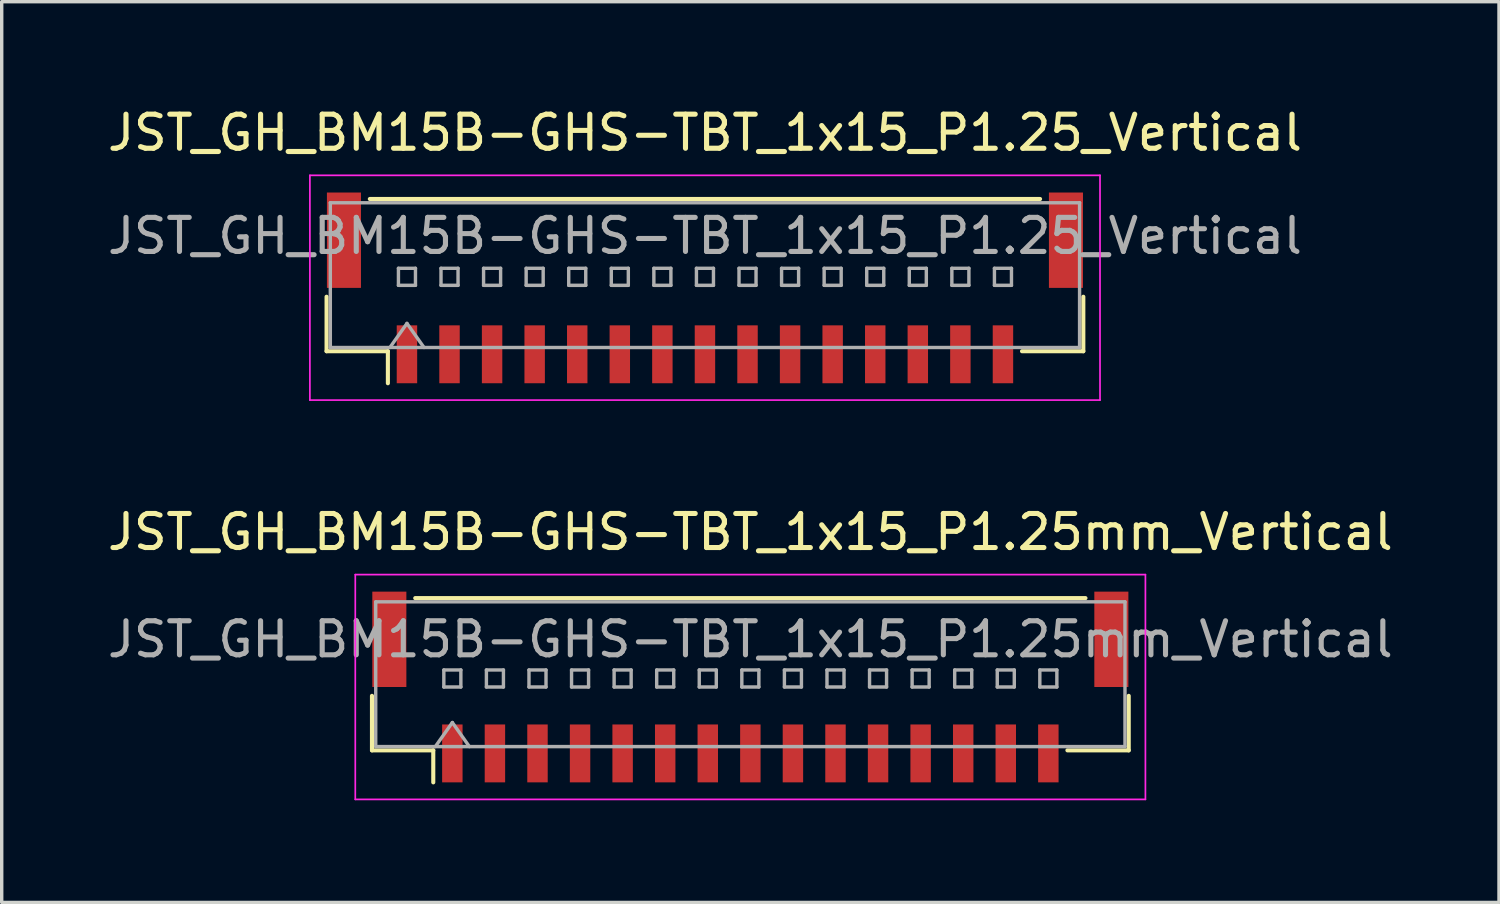
<source format=kicad_pcb>
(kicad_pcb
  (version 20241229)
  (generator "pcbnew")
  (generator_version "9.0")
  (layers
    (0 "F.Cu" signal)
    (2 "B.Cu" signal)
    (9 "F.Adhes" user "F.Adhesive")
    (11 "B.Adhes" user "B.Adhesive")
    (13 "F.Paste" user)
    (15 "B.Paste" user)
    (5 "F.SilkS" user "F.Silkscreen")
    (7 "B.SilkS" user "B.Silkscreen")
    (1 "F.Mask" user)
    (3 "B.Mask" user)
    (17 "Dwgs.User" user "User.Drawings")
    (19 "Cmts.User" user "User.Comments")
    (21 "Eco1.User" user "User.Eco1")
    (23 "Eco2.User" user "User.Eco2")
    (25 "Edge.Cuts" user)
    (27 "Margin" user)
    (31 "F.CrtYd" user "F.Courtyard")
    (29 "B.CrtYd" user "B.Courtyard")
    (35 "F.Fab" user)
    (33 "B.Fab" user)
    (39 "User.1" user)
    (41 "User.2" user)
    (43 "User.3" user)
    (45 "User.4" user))
  (footprint "JST_GH_BM15B-GHS-TBT_1x15_P1.25_Vertical"
    (layer "F.Cu")
    (at 17.649 5.678)
    (property "Reference" "JST_GH_BM15B-GHS-TBT_1x15_P1.25_Vertical" (at 0 -4.83 0) (layer "F.SilkS") (effects (font (size 1 1) (thickness 0.15))))
    (attr smd)
    (fp_line (start -11.11 -0.015) (end -11.11 1.585) (stroke (width 0.12) (type solid)) (layer "F.SilkS"))
    (fp_line (start -11.11 1.585) (end -9.31 1.585) (stroke (width 0.12) (type solid)) (layer "F.SilkS"))
    (fp_line (start -9.84 -2.885) (end 9.84 -2.885) (stroke (width 0.12) (type solid)) (layer "F.SilkS"))
    (fp_line (start -9.31 1.585) (end -9.31 2.525) (stroke (width 0.12) (type solid)) (layer "F.SilkS"))
    (fp_line (start 11.11 -0.015) (end 11.11 1.585) (stroke (width 0.12) (type solid)) (layer "F.SilkS"))
    (fp_line (start 11.11 1.585) (end 9.31 1.585) (stroke (width 0.12) (type solid)) (layer "F.SilkS"))
    (fp_line (start -11.6 -3.58) (end -11.6 3.02) (stroke (width 0.05) (type solid)) (layer "F.CrtYd"))
    (fp_line (start -11.6 3.02) (end 11.6 3.02) (stroke (width 0.05) (type solid)) (layer "F.CrtYd"))
    (fp_line (start 11.6 -3.58) (end -11.6 -3.58) (stroke (width 0.05) (type solid)) (layer "F.CrtYd"))
    (fp_line (start 11.6 3.02) (end 11.6 -3.58) (stroke (width 0.05) (type solid)) (layer "F.CrtYd"))
    (fp_line (start -11 -2.775) (end -11 1.475) (stroke (width 0.1) (type solid)) (layer "F.Fab"))
    (fp_line (start -11 1.475) (end 11 1.475) (stroke (width 0.1) (type solid)) (layer "F.Fab"))
    (fp_line (start -9.25 1.475) (end -8.75 0.768) (stroke (width 0.1) (type solid)) (layer "F.Fab"))
    (fp_line (start -9 -0.85) (end -9 -0.35) (stroke (width 0.1) (type solid)) (layer "F.Fab"))
    (fp_line (start -9 -0.35) (end -8.5 -0.35) (stroke (width 0.1) (type solid)) (layer "F.Fab"))
    (fp_line (start -8.75 0.768) (end -8.25 1.475) (stroke (width 0.1) (type solid)) (layer "F.Fab"))
    (fp_line (start -8.5 -0.85) (end -9 -0.85) (stroke (width 0.1) (type solid)) (layer "F.Fab"))
    (fp_line (start -8.5 -0.35) (end -8.5 -0.85) (stroke (width 0.1) (type solid)) (layer "F.Fab"))
    (fp_line (start -7.75 -0.85) (end -7.75 -0.35) (stroke (width 0.1) (type solid)) (layer "F.Fab"))
    (fp_line (start -7.75 -0.35) (end -7.25 -0.35) (stroke (width 0.1) (type solid)) (layer "F.Fab"))
    (fp_line (start -7.25 -0.85) (end -7.75 -0.85) (stroke (width 0.1) (type solid)) (layer "F.Fab"))
    (fp_line (start -7.25 -0.35) (end -7.25 -0.85) (stroke (width 0.1) (type solid)) (layer "F.Fab"))
    (fp_line (start -6.5 -0.85) (end -6.5 -0.35) (stroke (width 0.1) (type solid)) (layer "F.Fab"))
    (fp_line (start -6.5 -0.35) (end -6 -0.35) (stroke (width 0.1) (type solid)) (layer "F.Fab"))
    (fp_line (start -6 -0.85) (end -6.5 -0.85) (stroke (width 0.1) (type solid)) (layer "F.Fab"))
    (fp_line (start -6 -0.35) (end -6 -0.85) (stroke (width 0.1) (type solid)) (layer "F.Fab"))
    (fp_line (start -5.25 -0.85) (end -5.25 -0.35) (stroke (width 0.1) (type solid)) (layer "F.Fab"))
    (fp_line (start -5.25 -0.35) (end -4.75 -0.35) (stroke (width 0.1) (type solid)) (layer "F.Fab"))
    (fp_line (start -4.75 -0.85) (end -5.25 -0.85) (stroke (width 0.1) (type solid)) (layer "F.Fab"))
    (fp_line (start -4.75 -0.35) (end -4.75 -0.85) (stroke (width 0.1) (type solid)) (layer "F.Fab"))
    (fp_line (start -4 -0.85) (end -4 -0.35) (stroke (width 0.1) (type solid)) (layer "F.Fab"))
    (fp_line (start -4 -0.35) (end -3.5 -0.35) (stroke (width 0.1) (type solid)) (layer "F.Fab"))
    (fp_line (start -3.5 -0.85) (end -4 -0.85) (stroke (width 0.1) (type solid)) (layer "F.Fab"))
    (fp_line (start -3.5 -0.35) (end -3.5 -0.85) (stroke (width 0.1) (type solid)) (layer "F.Fab"))
    (fp_line (start -2.75 -0.85) (end -2.75 -0.35) (stroke (width 0.1) (type solid)) (layer "F.Fab"))
    (fp_line (start -2.75 -0.35) (end -2.25 -0.35) (stroke (width 0.1) (type solid)) (layer "F.Fab"))
    (fp_line (start -2.25 -0.85) (end -2.75 -0.85) (stroke (width 0.1) (type solid)) (layer "F.Fab"))
    (fp_line (start -2.25 -0.35) (end -2.25 -0.85) (stroke (width 0.1) (type solid)) (layer "F.Fab"))
    (fp_line (start -1.5 -0.85) (end -1.5 -0.35) (stroke (width 0.1) (type solid)) (layer "F.Fab"))
    (fp_line (start -1.5 -0.35) (end -1 -0.35) (stroke (width 0.1) (type solid)) (layer "F.Fab"))
    (fp_line (start -1 -0.85) (end -1.5 -0.85) (stroke (width 0.1) (type solid)) (layer "F.Fab"))
    (fp_line (start -1 -0.35) (end -1 -0.85) (stroke (width 0.1) (type solid)) (layer "F.Fab"))
    (fp_line (start -0.25 -0.85) (end -0.25 -0.35) (stroke (width 0.1) (type solid)) (layer "F.Fab"))
    (fp_line (start -0.25 -0.35) (end 0.25 -0.35) (stroke (width 0.1) (type solid)) (layer "F.Fab"))
    (fp_line (start 0.25 -0.85) (end -0.25 -0.85) (stroke (width 0.1) (type solid)) (layer "F.Fab"))
    (fp_line (start 0.25 -0.35) (end 0.25 -0.85) (stroke (width 0.1) (type solid)) (layer "F.Fab"))
    (fp_line (start 1 -0.85) (end 1 -0.35) (stroke (width 0.1) (type solid)) (layer "F.Fab"))
    (fp_line (start 1 -0.35) (end 1.5 -0.35) (stroke (width 0.1) (type solid)) (layer "F.Fab"))
    (fp_line (start 1.5 -0.85) (end 1 -0.85) (stroke (width 0.1) (type solid)) (layer "F.Fab"))
    (fp_line (start 1.5 -0.35) (end 1.5 -0.85) (stroke (width 0.1) (type solid)) (layer "F.Fab"))
    (fp_line (start 2.25 -0.85) (end 2.25 -0.35) (stroke (width 0.1) (type solid)) (layer "F.Fab"))
    (fp_line (start 2.25 -0.35) (end 2.75 -0.35) (stroke (width 0.1) (type solid)) (layer "F.Fab"))
    (fp_line (start 2.75 -0.85) (end 2.25 -0.85) (stroke (width 0.1) (type solid)) (layer "F.Fab"))
    (fp_line (start 2.75 -0.35) (end 2.75 -0.85) (stroke (width 0.1) (type solid)) (layer "F.Fab"))
    (fp_line (start 3.5 -0.85) (end 3.5 -0.35) (stroke (width 0.1) (type solid)) (layer "F.Fab"))
    (fp_line (start 3.5 -0.35) (end 4 -0.35) (stroke (width 0.1) (type solid)) (layer "F.Fab"))
    (fp_line (start 4 -0.85) (end 3.5 -0.85) (stroke (width 0.1) (type solid)) (layer "F.Fab"))
    (fp_line (start 4 -0.35) (end 4 -0.85) (stroke (width 0.1) (type solid)) (layer "F.Fab"))
    (fp_line (start 4.75 -0.85) (end 4.75 -0.35) (stroke (width 0.1) (type solid)) (layer "F.Fab"))
    (fp_line (start 4.75 -0.35) (end 5.25 -0.35) (stroke (width 0.1) (type solid)) (layer "F.Fab"))
    (fp_line (start 5.25 -0.85) (end 4.75 -0.85) (stroke (width 0.1) (type solid)) (layer "F.Fab"))
    (fp_line (start 5.25 -0.35) (end 5.25 -0.85) (stroke (width 0.1) (type solid)) (layer "F.Fab"))
    (fp_line (start 6 -0.85) (end 6 -0.35) (stroke (width 0.1) (type solid)) (layer "F.Fab"))
    (fp_line (start 6 -0.35) (end 6.5 -0.35) (stroke (width 0.1) (type solid)) (layer "F.Fab"))
    (fp_line (start 6.5 -0.85) (end 6 -0.85) (stroke (width 0.1) (type solid)) (layer "F.Fab"))
    (fp_line (start 6.5 -0.35) (end 6.5 -0.85) (stroke (width 0.1) (type solid)) (layer "F.Fab"))
    (fp_line (start 7.25 -0.85) (end 7.25 -0.35) (stroke (width 0.1) (type solid)) (layer "F.Fab"))
    (fp_line (start 7.25 -0.35) (end 7.75 -0.35) (stroke (width 0.1) (type solid)) (layer "F.Fab"))
    (fp_line (start 7.75 -0.85) (end 7.25 -0.85) (stroke (width 0.1) (type solid)) (layer "F.Fab"))
    (fp_line (start 7.75 -0.35) (end 7.75 -0.85) (stroke (width 0.1) (type solid)) (layer "F.Fab"))
    (fp_line (start 8.5 -0.85) (end 8.5 -0.35) (stroke (width 0.1) (type solid)) (layer "F.Fab"))
    (fp_line (start 8.5 -0.35) (end 9 -0.35) (stroke (width 0.1) (type solid)) (layer "F.Fab"))
    (fp_line (start 9 -0.85) (end 8.5 -0.85) (stroke (width 0.1) (type solid)) (layer "F.Fab"))
    (fp_line (start 9 -0.35) (end 9 -0.85) (stroke (width 0.1) (type solid)) (layer "F.Fab"))
    (fp_line (start 11 -2.775) (end -11 -2.775) (stroke (width 0.1) (type solid)) (layer "F.Fab"))
    (fp_line (start 11 1.475) (end 11 -2.775) (stroke (width 0.1) (type solid)) (layer "F.Fab"))
    (fp_text user "${REFERENCE}" (at 0 -1.8 0) (layer "F.Fab") (effects (font (size 1 1) (thickness 0.15))))
    (pad "" smd rect (at -10.6 -1.675) (size 1 2.8) (layers "F.Cu" "F.Mask" "F.Paste"))
    (pad "" smd rect (at 10.6 -1.675) (size 1 2.8) (layers "F.Cu" "F.Mask" "F.Paste"))
    (pad "1" smd rect (at -8.75 1.675) (size 0.6 1.7) (layers "F.Cu" "F.Mask" "F.Paste"))
    (pad "2" smd rect (at -7.5 1.675) (size 0.6 1.7) (layers "F.Cu" "F.Mask" "F.Paste"))
    (pad "3" smd rect (at -6.25 1.675) (size 0.6 1.7) (layers "F.Cu" "F.Mask" "F.Paste"))
    (pad "4" smd rect (at -5 1.675) (size 0.6 1.7) (layers "F.Cu" "F.Mask" "F.Paste"))
    (pad "5" smd rect (at -3.75 1.675) (size 0.6 1.7) (layers "F.Cu" "F.Mask" "F.Paste"))
    (pad "6" smd rect (at -2.5 1.675) (size 0.6 1.7) (layers "F.Cu" "F.Mask" "F.Paste"))
    (pad "7" smd rect (at -1.25 1.675) (size 0.6 1.7) (layers "F.Cu" "F.Mask" "F.Paste"))
    (pad "8" smd rect (at 0 1.675) (size 0.6 1.7) (layers "F.Cu" "F.Mask" "F.Paste"))
    (pad "9" smd rect (at 1.25 1.675) (size 0.6 1.7) (layers "F.Cu" "F.Mask" "F.Paste"))
    (pad "10" smd rect (at 2.5 1.675) (size 0.6 1.7) (layers "F.Cu" "F.Mask" "F.Paste"))
    (pad "11" smd rect (at 3.75 1.675) (size 0.6 1.7) (layers "F.Cu" "F.Mask" "F.Paste"))
    (pad "12" smd rect (at 5 1.675) (size 0.6 1.7) (layers "F.Cu" "F.Mask" "F.Paste"))
    (pad "13" smd rect (at 6.25 1.675) (size 0.6 1.7) (layers "F.Cu" "F.Mask" "F.Paste"))
    (pad "14" smd rect (at 7.5 1.675) (size 0.6 1.7) (layers "F.Cu" "F.Mask" "F.Paste"))
    (pad "15" smd rect (at 8.75 1.675) (size 0.6 1.7) (layers "F.Cu" "F.Mask" "F.Paste")))
  (footprint "JST_GH_BM15B-GHS-TBT_1x15_P1.25mm_Vertical"
    (layer "F.Cu")
    (at 18.982 17.122)
    (property "Reference" "JST_GH_BM15B-GHS-TBT_1x15_P1.25mm_Vertical" (at 0 -4.55 0) (layer "F.SilkS") (effects (font (size 1 1) (thickness 0.15))))
    (attr smd)
    (fp_line (start -11.11 0.26) (end -11.11 1.86) (stroke (width 0.12) (type solid)) (layer "F.SilkS"))
    (fp_line (start -11.11 1.86) (end -9.31 1.86) (stroke (width 0.12) (type solid)) (layer "F.SilkS"))
    (fp_line (start -9.84 -2.61) (end 9.84 -2.61) (stroke (width 0.12) (type solid)) (layer "F.SilkS"))
    (fp_line (start -9.31 1.86) (end -9.31 2.8) (stroke (width 0.12) (type solid)) (layer "F.SilkS"))
    (fp_line (start 11.11 0.26) (end 11.11 1.86) (stroke (width 0.12) (type solid)) (layer "F.SilkS"))
    (fp_line (start 11.11 1.86) (end 9.31 1.86) (stroke (width 0.12) (type solid)) (layer "F.SilkS"))
    (fp_line (start -11.6 -3.3) (end -11.6 3.3) (stroke (width 0.05) (type solid)) (layer "F.CrtYd"))
    (fp_line (start -11.6 3.3) (end 11.6 3.3) (stroke (width 0.05) (type solid)) (layer "F.CrtYd"))
    (fp_line (start 11.6 -3.3) (end -11.6 -3.3) (stroke (width 0.05) (type solid)) (layer "F.CrtYd"))
    (fp_line (start 11.6 3.3) (end 11.6 -3.3) (stroke (width 0.05) (type solid)) (layer "F.CrtYd"))
    (fp_line (start -11 -2.5) (end -11 1.75) (stroke (width 0.1) (type solid)) (layer "F.Fab"))
    (fp_line (start -11 1.75) (end 11 1.75) (stroke (width 0.1) (type solid)) (layer "F.Fab"))
    (fp_line (start -9.25 1.75) (end -8.75 1.043) (stroke (width 0.1) (type solid)) (layer "F.Fab"))
    (fp_line (start -9 -0.5) (end -9 0) (stroke (width 0.1) (type solid)) (layer "F.Fab"))
    (fp_line (start -9 0) (end -8.5 0) (stroke (width 0.1) (type solid)) (layer "F.Fab"))
    (fp_line (start -8.75 1.043) (end -8.25 1.75) (stroke (width 0.1) (type solid)) (layer "F.Fab"))
    (fp_line (start -8.5 -0.5) (end -9 -0.5) (stroke (width 0.1) (type solid)) (layer "F.Fab"))
    (fp_line (start -8.5 0) (end -8.5 -0.5) (stroke (width 0.1) (type solid)) (layer "F.Fab"))
    (fp_line (start -7.75 -0.5) (end -7.75 0) (stroke (width 0.1) (type solid)) (layer "F.Fab"))
    (fp_line (start -7.75 0) (end -7.25 0) (stroke (width 0.1) (type solid)) (layer "F.Fab"))
    (fp_line (start -7.25 -0.5) (end -7.75 -0.5) (stroke (width 0.1) (type solid)) (layer "F.Fab"))
    (fp_line (start -7.25 0) (end -7.25 -0.5) (stroke (width 0.1) (type solid)) (layer "F.Fab"))
    (fp_line (start -6.5 -0.5) (end -6.5 0) (stroke (width 0.1) (type solid)) (layer "F.Fab"))
    (fp_line (start -6.5 0) (end -6 0) (stroke (width 0.1) (type solid)) (layer "F.Fab"))
    (fp_line (start -6 -0.5) (end -6.5 -0.5) (stroke (width 0.1) (type solid)) (layer "F.Fab"))
    (fp_line (start -6 0) (end -6 -0.5) (stroke (width 0.1) (type solid)) (layer "F.Fab"))
    (fp_line (start -5.25 -0.5) (end -5.25 0) (stroke (width 0.1) (type solid)) (layer "F.Fab"))
    (fp_line (start -5.25 0) (end -4.75 0) (stroke (width 0.1) (type solid)) (layer "F.Fab"))
    (fp_line (start -4.75 -0.5) (end -5.25 -0.5) (stroke (width 0.1) (type solid)) (layer "F.Fab"))
    (fp_line (start -4.75 0) (end -4.75 -0.5) (stroke (width 0.1) (type solid)) (layer "F.Fab"))
    (fp_line (start -4 -0.5) (end -4 0) (stroke (width 0.1) (type solid)) (layer "F.Fab"))
    (fp_line (start -4 0) (end -3.5 0) (stroke (width 0.1) (type solid)) (layer "F.Fab"))
    (fp_line (start -3.5 -0.5) (end -4 -0.5) (stroke (width 0.1) (type solid)) (layer "F.Fab"))
    (fp_line (start -3.5 0) (end -3.5 -0.5) (stroke (width 0.1) (type solid)) (layer "F.Fab"))
    (fp_line (start -2.75 -0.5) (end -2.75 0) (stroke (width 0.1) (type solid)) (layer "F.Fab"))
    (fp_line (start -2.75 0) (end -2.25 0) (stroke (width 0.1) (type solid)) (layer "F.Fab"))
    (fp_line (start -2.25 -0.5) (end -2.75 -0.5) (stroke (width 0.1) (type solid)) (layer "F.Fab"))
    (fp_line (start -2.25 0) (end -2.25 -0.5) (stroke (width 0.1) (type solid)) (layer "F.Fab"))
    (fp_line (start -1.5 -0.5) (end -1.5 0) (stroke (width 0.1) (type solid)) (layer "F.Fab"))
    (fp_line (start -1.5 0) (end -1 0) (stroke (width 0.1) (type solid)) (layer "F.Fab"))
    (fp_line (start -1 -0.5) (end -1.5 -0.5) (stroke (width 0.1) (type solid)) (layer "F.Fab"))
    (fp_line (start -1 0) (end -1 -0.5) (stroke (width 0.1) (type solid)) (layer "F.Fab"))
    (fp_line (start -0.25 -0.5) (end -0.25 0) (stroke (width 0.1) (type solid)) (layer "F.Fab"))
    (fp_line (start -0.25 0) (end 0.25 0) (stroke (width 0.1) (type solid)) (layer "F.Fab"))
    (fp_line (start 0.25 -0.5) (end -0.25 -0.5) (stroke (width 0.1) (type solid)) (layer "F.Fab"))
    (fp_line (start 0.25 0) (end 0.25 -0.5) (stroke (width 0.1) (type solid)) (layer "F.Fab"))
    (fp_line (start 1 -0.5) (end 1 0) (stroke (width 0.1) (type solid)) (layer "F.Fab"))
    (fp_line (start 1 0) (end 1.5 0) (stroke (width 0.1) (type solid)) (layer "F.Fab"))
    (fp_line (start 1.5 -0.5) (end 1 -0.5) (stroke (width 0.1) (type solid)) (layer "F.Fab"))
    (fp_line (start 1.5 0) (end 1.5 -0.5) (stroke (width 0.1) (type solid)) (layer "F.Fab"))
    (fp_line (start 2.25 -0.5) (end 2.25 0) (stroke (width 0.1) (type solid)) (layer "F.Fab"))
    (fp_line (start 2.25 0) (end 2.75 0) (stroke (width 0.1) (type solid)) (layer "F.Fab"))
    (fp_line (start 2.75 -0.5) (end 2.25 -0.5) (stroke (width 0.1) (type solid)) (layer "F.Fab"))
    (fp_line (start 2.75 0) (end 2.75 -0.5) (stroke (width 0.1) (type solid)) (layer "F.Fab"))
    (fp_line (start 3.5 -0.5) (end 3.5 0) (stroke (width 0.1) (type solid)) (layer "F.Fab"))
    (fp_line (start 3.5 0) (end 4 0) (stroke (width 0.1) (type solid)) (layer "F.Fab"))
    (fp_line (start 4 -0.5) (end 3.5 -0.5) (stroke (width 0.1) (type solid)) (layer "F.Fab"))
    (fp_line (start 4 0) (end 4 -0.5) (stroke (width 0.1) (type solid)) (layer "F.Fab"))
    (fp_line (start 4.75 -0.5) (end 4.75 0) (stroke (width 0.1) (type solid)) (layer "F.Fab"))
    (fp_line (start 4.75 0) (end 5.25 0) (stroke (width 0.1) (type solid)) (layer "F.Fab"))
    (fp_line (start 5.25 -0.5) (end 4.75 -0.5) (stroke (width 0.1) (type solid)) (layer "F.Fab"))
    (fp_line (start 5.25 0) (end 5.25 -0.5) (stroke (width 0.1) (type solid)) (layer "F.Fab"))
    (fp_line (start 6 -0.5) (end 6 0) (stroke (width 0.1) (type solid)) (layer "F.Fab"))
    (fp_line (start 6 0) (end 6.5 0) (stroke (width 0.1) (type solid)) (layer "F.Fab"))
    (fp_line (start 6.5 -0.5) (end 6 -0.5) (stroke (width 0.1) (type solid)) (layer "F.Fab"))
    (fp_line (start 6.5 0) (end 6.5 -0.5) (stroke (width 0.1) (type solid)) (layer "F.Fab"))
    (fp_line (start 7.25 -0.5) (end 7.25 0) (stroke (width 0.1) (type solid)) (layer "F.Fab"))
    (fp_line (start 7.25 0) (end 7.75 0) (stroke (width 0.1) (type solid)) (layer "F.Fab"))
    (fp_line (start 7.75 -0.5) (end 7.25 -0.5) (stroke (width 0.1) (type solid)) (layer "F.Fab"))
    (fp_line (start 7.75 0) (end 7.75 -0.5) (stroke (width 0.1) (type solid)) (layer "F.Fab"))
    (fp_line (start 8.5 -0.5) (end 8.5 0) (stroke (width 0.1) (type solid)) (layer "F.Fab"))
    (fp_line (start 8.5 0) (end 9 0) (stroke (width 0.1) (type solid)) (layer "F.Fab"))
    (fp_line (start 9 -0.5) (end 8.5 -0.5) (stroke (width 0.1) (type solid)) (layer "F.Fab"))
    (fp_line (start 9 0) (end 9 -0.5) (stroke (width 0.1) (type solid)) (layer "F.Fab"))
    (fp_line (start 11 -2.5) (end -11 -2.5) (stroke (width 0.1) (type solid)) (layer "F.Fab"))
    (fp_line (start 11 1.75) (end 11 -2.5) (stroke (width 0.1) (type solid)) (layer "F.Fab"))
    (fp_text user "${REFERENCE}" (at 0 -1.4 0) (layer "F.Fab") (effects (font (size 1 1) (thickness 0.15))))
    (pad "" smd rect (at -10.6 -1.4) (size 1 2.8) (layers "F.Cu" "F.Mask" "F.Paste"))
    (pad "" smd rect (at 10.6 -1.4) (size 1 2.8) (layers "F.Cu" "F.Mask" "F.Paste"))
    (pad "1" smd rect (at -8.75 1.95) (size 0.6 1.7) (layers "F.Cu" "F.Mask" "F.Paste"))
    (pad "2" smd rect (at -7.5 1.95) (size 0.6 1.7) (layers "F.Cu" "F.Mask" "F.Paste"))
    (pad "3" smd rect (at -6.25 1.95) (size 0.6 1.7) (layers "F.Cu" "F.Mask" "F.Paste"))
    (pad "4" smd rect (at -5 1.95) (size 0.6 1.7) (layers "F.Cu" "F.Mask" "F.Paste"))
    (pad "5" smd rect (at -3.75 1.95) (size 0.6 1.7) (layers "F.Cu" "F.Mask" "F.Paste"))
    (pad "6" smd rect (at -2.5 1.95) (size 0.6 1.7) (layers "F.Cu" "F.Mask" "F.Paste"))
    (pad "7" smd rect (at -1.25 1.95) (size 0.6 1.7) (layers "F.Cu" "F.Mask" "F.Paste"))
    (pad "8" smd rect (at 0 1.95) (size 0.6 1.7) (layers "F.Cu" "F.Mask" "F.Paste"))
    (pad "9" smd rect (at 1.25 1.95) (size 0.6 1.7) (layers "F.Cu" "F.Mask" "F.Paste"))
    (pad "10" smd rect (at 2.5 1.95) (size 0.6 1.7) (layers "F.Cu" "F.Mask" "F.Paste"))
    (pad "11" smd rect (at 3.75 1.95) (size 0.6 1.7) (layers "F.Cu" "F.Mask" "F.Paste"))
    (pad "12" smd rect (at 5 1.95) (size 0.6 1.7) (layers "F.Cu" "F.Mask" "F.Paste"))
    (pad "13" smd rect (at 6.25 1.95) (size 0.6 1.7) (layers "F.Cu" "F.Mask" "F.Paste"))
    (pad "14" smd rect (at 7.5 1.95) (size 0.6 1.7) (layers "F.Cu" "F.Mask" "F.Paste"))
    (pad "15" smd rect (at 8.75 1.95) (size 0.6 1.7) (layers "F.Cu" "F.Mask" "F.Paste")))
  (gr_rect
    (start -3 -3)
    (end 40.964 23.447)
    (stroke (width 0.1) (type default))
    (fill no)
    (layer "Edge.Cuts")))
</source>
